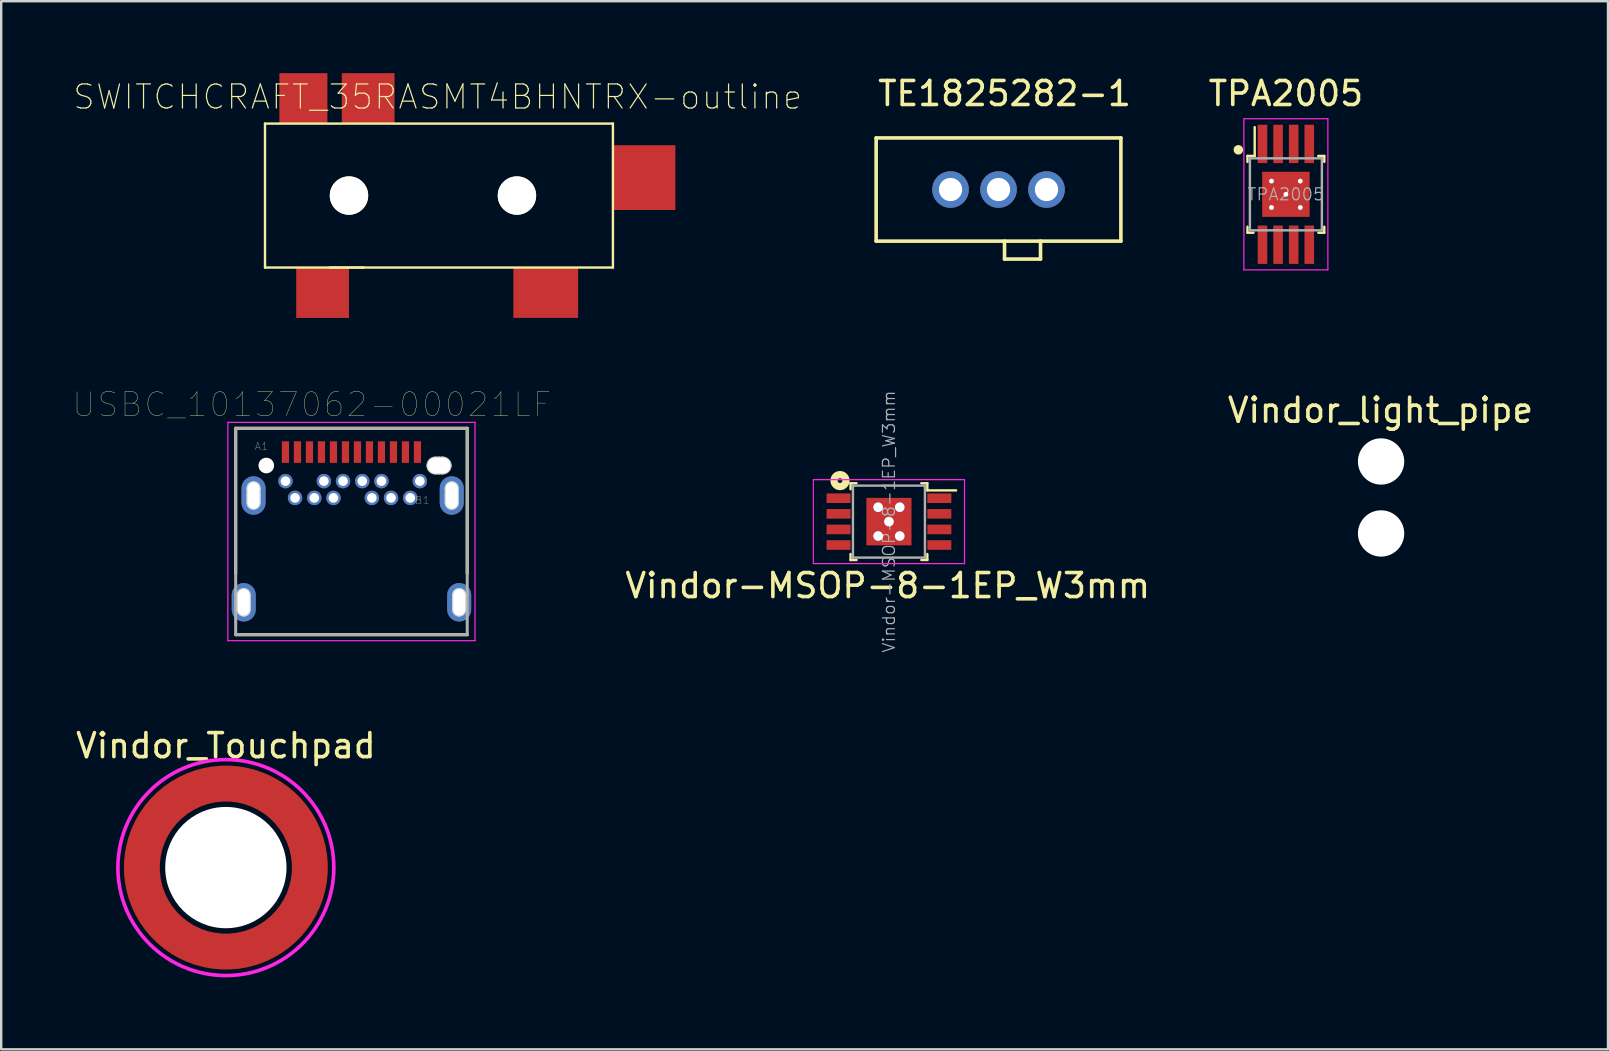
<source format=kicad_pcb>
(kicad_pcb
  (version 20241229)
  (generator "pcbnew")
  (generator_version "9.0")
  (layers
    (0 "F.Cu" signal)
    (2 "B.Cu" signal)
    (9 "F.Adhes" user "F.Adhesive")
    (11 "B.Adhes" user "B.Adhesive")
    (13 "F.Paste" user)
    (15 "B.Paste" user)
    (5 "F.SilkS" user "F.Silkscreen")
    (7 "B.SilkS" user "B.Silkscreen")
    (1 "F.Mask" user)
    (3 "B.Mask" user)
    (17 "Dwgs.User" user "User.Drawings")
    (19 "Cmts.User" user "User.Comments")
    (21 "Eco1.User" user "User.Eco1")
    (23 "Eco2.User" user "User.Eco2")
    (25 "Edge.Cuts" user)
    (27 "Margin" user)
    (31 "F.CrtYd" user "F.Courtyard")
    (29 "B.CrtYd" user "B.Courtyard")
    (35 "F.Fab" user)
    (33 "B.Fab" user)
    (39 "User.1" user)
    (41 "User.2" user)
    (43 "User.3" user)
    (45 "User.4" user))
  (footprint "TPA2005"
    (layer "F.Cu")
    (at 50.54 5.048)
    (property "Reference" "TPA2005" (at 0 -4.2 180) (layer "F.SilkS") (effects (font (size 1 1) (thickness 0.15))))
    (attr smd)
    (fp_line (start -1.6 -1.6) (end -1.6 -1.35) (stroke (width 0.1) (type solid)) (layer "F.SilkS"))
    (fp_line (start -1.6 -1.6) (end -1.3 -1.6) (stroke (width 0.1) (type solid)) (layer "F.SilkS"))
    (fp_line (start -1.6 1.6) (end -1.6 1.35) (stroke (width 0.1) (type solid)) (layer "F.SilkS"))
    (fp_line (start -1.6 1.6) (end -1.35 1.6) (stroke (width 0.1) (type solid)) (layer "F.SilkS"))
    (fp_line (start -1.3 -1.6) (end -1.3 -2.8) (stroke (width 0.1) (type solid)) (layer "F.SilkS"))
    (fp_line (start 1.6 -1.6) (end 1.35 -1.6) (stroke (width 0.1) (type solid)) (layer "F.SilkS"))
    (fp_line (start 1.6 -1.6) (end 1.6 -1.35) (stroke (width 0.1) (type solid)) (layer "F.SilkS"))
    (fp_line (start 1.6 1.6) (end 1.35 1.6) (stroke (width 0.1) (type solid)) (layer "F.SilkS"))
    (fp_line (start 1.6 1.6) (end 1.6 1.35) (stroke (width 0.1) (type solid)) (layer "F.SilkS"))
    (fp_circle (center -1.981 -1.854) (end -1.881 -1.854) (stroke (width 0.2) (type solid)) (fill no) (layer "F.SilkS"))
    (fp_line (start -1.75 -3.15) (end 1.75 -3.15) (stroke (width 0.05) (type solid)) (layer "F.CrtYd"))
    (fp_line (start -1.75 3.15) (end -1.75 -3.15) (stroke (width 0.05) (type solid)) (layer "F.CrtYd"))
    (fp_line (start -1.75 3.15) (end 1.75 3.15) (stroke (width 0.05) (type solid)) (layer "F.CrtYd"))
    (fp_line (start 1.75 3.15) (end 1.75 -3.15) (stroke (width 0.05) (type solid)) (layer "F.CrtYd"))
    (fp_line (start -1.5 -1.5) (end -1.5 1.5) (stroke (width 0.1) (type solid)) (layer "F.Fab"))
    (fp_line (start -1.5 -1.5) (end 1.5 -1.5) (stroke (width 0.1) (type solid)) (layer "F.Fab"))
    (fp_line (start -1.5 1.5) (end 1.5 1.5) (stroke (width 0.1) (type solid)) (layer "F.Fab"))
    (fp_line (start 1.5 1.5) (end 1.5 -1.5) (stroke (width 0.1) (type solid)) (layer "F.Fab"))
    (fp_text user "${REFERENCE}" (at 0 0 180) (layer "F.Fab") (effects (font (size 0.5 0.5) (thickness 0.05))))
    (pad "1" smd rect (at -0.975 -2.1) (size 0.4 1.6) (layers "F.Cu" "F.Mask" "F.Paste"))
    (pad "2" smd rect (at -0.325 -2.1) (size 0.4 1.6) (layers "F.Cu" "F.Mask" "F.Paste"))
    (pad "3" smd rect (at 0.325 -2.1) (size 0.4 1.6) (layers "F.Cu" "F.Mask" "F.Paste"))
    (pad "4" smd rect (at 0.975 -2.1) (size 0.4 1.6) (layers "F.Cu" "F.Mask" "F.Paste"))
    (pad "5" smd rect (at 0.975 2.1) (size 0.4 1.6) (layers "F.Cu" "F.Mask" "F.Paste"))
    (pad "6" smd rect (at 0.325 2.1) (size 0.4 1.6) (layers "F.Cu" "F.Mask" "F.Paste"))
    (pad "7" smd rect (at -0.325 2.1) (size 0.4 1.6) (layers "F.Cu" "F.Mask" "F.Paste"))
    (pad "8" smd rect (at -0.975 2.1) (size 0.4 1.6) (layers "F.Cu" "F.Mask" "F.Paste"))
    (pad "9" thru_hole circle (at -0.6 -0.55) (size 0.2 0.2) (drill 0.2) (layers "*.Cu" "*.Mask"))
    (pad "9" thru_hole circle (at -0.6 0.55) (size 0.2 0.2) (drill 0.2) (layers "*.Cu" "*.Mask"))
    (pad "9" thru_hole circle (at 0 0) (size 0.2 0.2) (drill 0.2) (layers "*.Cu" "*.Mask"))
    (pad "9" smd rect (at 0 0) (size 1.98 1.88) (layers "F.Cu" "F.Mask" "F.Paste"))
    (pad "9" thru_hole circle (at 0.6 -0.55) (size 0.2 0.2) (drill 0.2) (layers "*.Cu" "*.Mask"))
    (pad "9" thru_hole circle (at 0.6 0.55) (size 0.2 0.2) (drill 0.2) (layers "*.Cu" "*.Mask")))
  (footprint "TE1825282-1"
    (layer "F.Cu")
    (at 38.564 4.848)
    (property "Reference" "TE1825282-1" (at 0.25 -4 0) (layer "F.SilkS") (effects (font (size 1 1) (thickness 0.15))))
    (attr through_hole)
    (fp_line (start -5.1 -2.15) (end -5.1 2.15) (stroke (width 0.15) (type solid)) (layer "F.SilkS"))
    (fp_line (start -5.1 -2.15) (end 5.1 -2.15) (stroke (width 0.15) (type solid)) (layer "F.SilkS"))
    (fp_line (start -5.1 2.15) (end 5.1 2.15) (stroke (width 0.15) (type solid)) (layer "F.SilkS"))
    (fp_line (start 0.25 2.9) (end 0.25 2.15) (stroke (width 0.15) (type solid)) (layer "F.SilkS"))
    (fp_line (start 1.75 2.15) (end 1.75 2.9) (stroke (width 0.15) (type solid)) (layer "F.SilkS"))
    (fp_line (start 1.75 2.9) (end 0.25 2.9) (stroke (width 0.15) (type solid)) (layer "F.SilkS"))
    (fp_line (start 5.1 -2.15) (end 5.1 2.15) (stroke (width 0.15) (type solid)) (layer "F.SilkS"))
    (fp_line (start -1.75 4.65) (end -1.75 2.15) (stroke (width 0.15) (type solid)) (layer "Eco1.User"))
    (fp_line (start -0.25 2.15) (end -0.25 4.65) (stroke (width 0.15) (type solid)) (layer "Eco1.User"))
    (fp_line (start -0.25 4.65) (end -1.75 4.65) (stroke (width 0.15) (type solid)) (layer "Eco1.User"))
    (fp_line (start 0.25 4.65) (end 0.25 2.15) (stroke (width 0.15) (type solid)) (layer "Eco1.User"))
    (fp_line (start 1.75 2.15) (end 1.75 4.65) (stroke (width 0.15) (type solid)) (layer "Eco1.User"))
    (fp_line (start 1.75 4.65) (end 0.25 4.65) (stroke (width 0.15) (type solid)) (layer "Eco1.User"))
    (pad "1" thru_hole circle (at -2 0) (size 1.524 1.524) (drill 0.97) (layers "*.Cu" "*.Mask"))
    (pad "2" thru_hole circle (at 0 0) (size 1.524 1.524) (drill 0.97) (layers "*.Cu" "*.Mask"))
    (pad "3" thru_hole circle (at 2 0) (size 1.524 1.524) (drill 0.97) (layers "*.Cu" "*.Mask")))
  (footprint "USBC_10137062-00021LF"
    (layer "F.Cu")
    (at 11.597 16.351)
    (property "Reference" "USBC_10137062-00021LF" (at -1.651 -2.54 0) (layer "F.SilkS") (effects (font (size 1 1) (thickness 0.015))))
    (attr through_hole)
    (fp_line (start -4.825 -1.55) (end -4.825 4.5) (stroke (width 0.127) (type solid)) (layer "F.SilkS"))
    (fp_line (start -4.825 -1.55) (end 4.825 -1.55) (stroke (width 0.127) (type solid)) (layer "F.SilkS"))
    (fp_line (start 4.825 -1.55) (end 4.825 4.5) (stroke (width 0.127) (type solid)) (layer "F.SilkS"))
    (fp_line (start 4.825 7.05) (end -4.825 7.05) (stroke (width 0.127) (type solid)) (layer "F.SilkS"))
    (fp_line (start -4.74 5.7) (end -4.74 5.4) (stroke (width 0.1) (type solid)) (layer "Edge.Cuts"))
    (fp_line (start -4.74 6) (end -4.74 5.7) (stroke (width 0.1) (type solid)) (layer "Edge.Cuts"))
    (fp_line (start -4.33 1.25) (end -4.33 0.95) (stroke (width 0.1) (type solid)) (layer "Edge.Cuts"))
    (fp_line (start -4.33 1.55) (end -4.33 1.25) (stroke (width 0.1) (type solid)) (layer "Edge.Cuts"))
    (fp_line (start -4.24 5.4) (end -4.24 5.7) (stroke (width 0.1) (type solid)) (layer "Edge.Cuts"))
    (fp_line (start -4.24 5.7) (end -4.24 6) (stroke (width 0.1) (type solid)) (layer "Edge.Cuts"))
    (fp_line (start -3.83 0.95) (end -3.83 1.25) (stroke (width 0.1) (type solid)) (layer "Edge.Cuts"))
    (fp_line (start -3.83 1.25) (end -3.83 1.55) (stroke (width 0.1) (type solid)) (layer "Edge.Cuts"))
    (fp_line (start 3.5 -0.325) (end 3.65 -0.325) (stroke (width 0.1) (type solid)) (layer "Edge.Cuts"))
    (fp_line (start 3.65 -0.325) (end 3.8 -0.325) (stroke (width 0.1) (type solid)) (layer "Edge.Cuts"))
    (fp_line (start 3.65 0.325) (end 3.5 0.325) (stroke (width 0.1) (type solid)) (layer "Edge.Cuts"))
    (fp_line (start 3.8 0.325) (end 3.65 0.325) (stroke (width 0.1) (type solid)) (layer "Edge.Cuts"))
    (fp_line (start 3.93 1.25) (end 3.93 0.95) (stroke (width 0.1) (type solid)) (layer "Edge.Cuts"))
    (fp_line (start 3.93 1.55) (end 3.93 1.25) (stroke (width 0.1) (type solid)) (layer "Edge.Cuts"))
    (fp_line (start 4.24 5.7) (end 4.24 5.4) (stroke (width 0.1) (type solid)) (layer "Edge.Cuts"))
    (fp_line (start 4.24 6) (end 4.24 5.7) (stroke (width 0.1) (type solid)) (layer "Edge.Cuts"))
    (fp_line (start 4.43 0.95) (end 4.43 1.25) (stroke (width 0.1) (type solid)) (layer "Edge.Cuts"))
    (fp_line (start 4.43 1.25) (end 4.43 1.55) (stroke (width 0.1) (type solid)) (layer "Edge.Cuts"))
    (fp_line (start 4.74 5.4) (end 4.74 5.7) (stroke (width 0.1) (type solid)) (layer "Edge.Cuts"))
    (fp_line (start 4.74 5.7) (end 4.74 6) (stroke (width 0.1) (type solid)) (layer "Edge.Cuts"))
    (fp_arc (start -4.74 5.4) (mid -4.666777 5.223223) (end -4.49 5.15) (stroke (width 0.1) (type solid)) (layer "Edge.Cuts"))
    (fp_arc (start -4.49 5.15) (mid -4.313223 5.223223) (end -4.24 5.4) (stroke (width 0.1) (type solid)) (layer "Edge.Cuts"))
    (fp_arc (start -4.49 6.25) (mid -4.666777 6.176777) (end -4.74 6) (stroke (width 0.1) (type solid)) (layer "Edge.Cuts"))
    (fp_arc (start -4.33 0.95) (mid -4.256777 0.773223) (end -4.08 0.7) (stroke (width 0.1) (type solid)) (layer "Edge.Cuts"))
    (fp_arc (start -4.24 6) (mid -4.313223 6.176777) (end -4.49 6.25) (stroke (width 0.1) (type solid)) (layer "Edge.Cuts"))
    (fp_arc (start -4.08 0.7) (mid -3.903223 0.773223) (end -3.83 0.95) (stroke (width 0.1) (type solid)) (layer "Edge.Cuts"))
    (fp_arc (start -4.08 1.8) (mid -4.256777 1.726777) (end -4.33 1.55) (stroke (width 0.1) (type solid)) (layer "Edge.Cuts"))
    (fp_arc (start -3.83 1.55) (mid -3.903223 1.726777) (end -4.08 1.8) (stroke (width 0.1) (type solid)) (layer "Edge.Cuts"))
    (fp_arc (start 3.175 0) (mid 3.27019 -0.22981) (end 3.5 -0.325) (stroke (width 0.1) (type solid)) (layer "Edge.Cuts"))
    (fp_arc (start 3.5 0.325) (mid 3.27019 0.22981) (end 3.175 0) (stroke (width 0.1) (type solid)) (layer "Edge.Cuts"))
    (fp_arc (start 3.8 -0.325) (mid 4.02981 -0.22981) (end 4.125 0) (stroke (width 0.1) (type solid)) (layer "Edge.Cuts"))
    (fp_arc (start 3.93 0.95) (mid 4.003223 0.773223) (end 4.18 0.7) (stroke (width 0.1) (type solid)) (layer "Edge.Cuts"))
    (fp_arc (start 4.125 0) (mid 4.02981 0.22981) (end 3.8 0.325) (stroke (width 0.1) (type solid)) (layer "Edge.Cuts"))
    (fp_arc (start 4.18 0.7) (mid 4.356777 0.773223) (end 4.43 0.95) (stroke (width 0.1) (type solid)) (layer "Edge.Cuts"))
    (fp_arc (start 4.18 1.8) (mid 4.003223 1.726777) (end 3.93 1.55) (stroke (width 0.1) (type solid)) (layer "Edge.Cuts"))
    (fp_arc (start 4.24 5.4) (mid 4.313223 5.223223) (end 4.49 5.15) (stroke (width 0.1) (type solid)) (layer "Edge.Cuts"))
    (fp_arc (start 4.43 1.55) (mid 4.356777 1.726777) (end 4.18 1.8) (stroke (width 0.1) (type solid)) (layer "Edge.Cuts"))
    (fp_arc (start 4.49 5.15) (mid 4.666777 5.223223) (end 4.74 5.4) (stroke (width 0.1) (type solid)) (layer "Edge.Cuts"))
    (fp_arc (start 4.49 6.25) (mid 4.313223 6.176777) (end 4.24 6) (stroke (width 0.1) (type solid)) (layer "Edge.Cuts"))
    (fp_arc (start 4.74 6) (mid 4.666777 6.176777) (end 4.49 6.25) (stroke (width 0.1) (type solid)) (layer "Edge.Cuts"))
    (fp_line (start -5.15 -1.8) (end 5.15 -1.8) (stroke (width 0.05) (type solid)) (layer "F.CrtYd"))
    (fp_line (start -5.15 7.3) (end -5.15 -1.8) (stroke (width 0.05) (type solid)) (layer "F.CrtYd"))
    (fp_line (start 5.15 -1.8) (end 5.15 7.3) (stroke (width 0.05) (type solid)) (layer "F.CrtYd"))
    (fp_line (start 5.15 7.3) (end -5.15 7.3) (stroke (width 0.05) (type solid)) (layer "F.CrtYd"))
    (fp_line (start -4.825 -1.55) (end 4.825 -1.55) (stroke (width 0.127) (type solid)) (layer "F.Fab"))
    (fp_line (start -4.825 7.05) (end -4.825 -1.55) (stroke (width 0.127) (type solid)) (layer "F.Fab"))
    (fp_line (start 4.825 -1.55) (end 4.825 7.05) (stroke (width 0.127) (type solid)) (layer "F.Fab"))
    (fp_line (start 4.825 7.05) (end -4.825 7.05) (stroke (width 0.127) (type solid)) (layer "F.Fab"))
    (fp_text user "A1" (at -3.75 -0.8 0) (layer "F.Fab") (effects (font (size 0.32 0.32) (thickness 0.015))))
    (fp_text user "B1" (at 2.95 1.45 0) (layer "F.Fab") (effects (font (size 0.32 0.32) (thickness 0.015))))
    (pad "" np_thru_hole circle (at -3.55 0) (size 0.65 0.65) (drill 0.65) (layers "*.Cu" "*.Mask"))
    (pad "" np_thru_hole oval (at 3.65 0) (size 0.95 0.65) (drill oval 0.95 0.65) (layers "*.Cu" "*.Mask"))
    (pad "A1" smd rect (at -2.75 -0.56) (size 0.3 0.9) (layers "F.Cu" "F.Mask" "F.Paste"))
    (pad "A2" smd rect (at -2.25 -0.56) (size 0.3 0.9) (layers "F.Cu" "F.Mask" "F.Paste"))
    (pad "A3" smd rect (at -1.75 -0.56) (size 0.3 0.9) (layers "F.Cu" "F.Mask" "F.Paste"))
    (pad "A4" smd rect (at -1.25 -0.56) (size 0.3 0.9) (layers "F.Cu" "F.Mask" "F.Paste"))
    (pad "A5" smd rect (at -0.75 -0.56) (size 0.3 0.9) (layers "F.Cu" "F.Mask" "F.Paste"))
    (pad "A6" smd rect (at -0.25 -0.56) (size 0.3 0.9) (layers "F.Cu" "F.Mask" "F.Paste"))
    (pad "A7" smd rect (at 0.25 -0.56) (size 0.3 0.9) (layers "F.Cu" "F.Mask" "F.Paste"))
    (pad "A8" smd rect (at 0.75 -0.56) (size 0.3 0.9) (layers "F.Cu" "F.Mask" "F.Paste"))
    (pad "A9" smd rect (at 1.25 -0.56) (size 0.3 0.9) (layers "F.Cu" "F.Mask" "F.Paste"))
    (pad "A10" smd rect (at 1.75 -0.56) (size 0.3 0.9) (layers "F.Cu" "F.Mask" "F.Paste"))
    (pad "A11" smd rect (at 2.25 -0.56) (size 0.3 0.9) (layers "F.Cu" "F.Mask" "F.Paste"))
    (pad "A12" smd rect (at 2.75 -0.56) (size 0.3 0.9) (layers "F.Cu" "F.Mask" "F.Paste"))
    (pad "B1" thru_hole circle (at 2.85 0.65) (size 0.6 0.6) (drill 0.4) (layers "*.Cu" "*.Mask"))
    (pad "B2" thru_hole circle (at 2.45 1.35) (size 0.6 0.6) (drill 0.4) (layers "*.Cu" "*.Mask"))
    (pad "B3" thru_hole circle (at 1.65 1.35) (size 0.6 0.6) (drill 0.4) (layers "*.Cu" "*.Mask"))
    (pad "B4" thru_hole circle (at 1.25 0.65) (size 0.6 0.6) (drill 0.4) (layers "*.Cu" "*.Mask"))
    (pad "B5" thru_hole circle (at 0.85 1.35) (size 0.6 0.6) (drill 0.4) (layers "*.Cu" "*.Mask"))
    (pad "B6" thru_hole circle (at 0.45 0.65) (size 0.6 0.6) (drill 0.4) (layers "*.Cu" "*.Mask"))
    (pad "B7" thru_hole circle (at -0.35 0.65) (size 0.6 0.6) (drill 0.4) (layers "*.Cu" "*.Mask"))
    (pad "B8" thru_hole circle (at -0.75 1.35) (size 0.6 0.6) (drill 0.4) (layers "*.Cu" "*.Mask"))
    (pad "B9" thru_hole circle (at -1.15 0.65) (size 0.6 0.6) (drill 0.4) (layers "*.Cu" "*.Mask"))
    (pad "B10" thru_hole circle (at -1.55 1.35) (size 0.6 0.6) (drill 0.4) (layers "*.Cu" "*.Mask"))
    (pad "B11" thru_hole circle (at -2.35 1.35) (size 0.6 0.6) (drill 0.4) (layers "*.Cu" "*.Mask"))
    (pad "B12" thru_hole circle (at -2.75 0.65) (size 0.6 0.6) (drill 0.4) (layers "*.Cu" "*.Mask"))
    (pad "S1" thru_hole oval (at -4.49 5.7) (size 1 1.6) (drill oval 0.5 1.1) (layers "*.Cu" "*.Mask"))
    (pad "S1" thru_hole oval (at -4.08 1.25) (size 1 1.6) (drill oval 0.5 1.1) (layers "*.Cu" "*.Mask"))
    (pad "S1" thru_hole oval (at 4.18 1.25) (size 1 1.6) (drill oval 0.5 1.1) (layers "*.Cu" "*.Mask"))
    (pad "S1" thru_hole oval (at 4.49 5.7) (size 1 1.6) (drill oval 0.5 1.1) (layers "*.Cu" "*.Mask")))
  (footprint "SWITCHCRAFT_35RASMT4BHNTRX-outline"
    (layer "F.Cu")
    (at 15.244 5.1)
    (property "Reference" "SWITCHCRAFT_35RASMT4BHNTRX-outline" (at -0.05 -4.11 0) (layer "F.SilkS") (effects (font (size 1.002 1.002) (thickness 0.05))))
    (attr smd)
    (fp_line (start -7.25 3) (end -3.137 3) (stroke (width 0.1) (type solid)) (layer "F.SilkS"))
    (fp_line (start -7.25 -3) (end -7.25 3) (stroke (width 0.1) (type solid)) (layer "F.SilkS"))
    (fp_line (start -7.25 -3) (end 7.25 -3) (stroke (width 0.1) (type solid)) (layer "F.SilkS"))
    (fp_line (start 7.25 -3) (end 7.25 3) (stroke (width 0.1) (type solid)) (layer "F.SilkS"))
    (fp_line (start 7.25 3) (end -4.55 3) (stroke (width 0.1) (type solid)) (layer "F.SilkS"))
    (pad "" np_thru_hole circle (at -3.75 -0.000106) (size 1.6 1.6) (drill 1.6) (layers "*.Cu" "*.Mask" "F.SilkS"))
    (pad "" np_thru_hole circle (at 3.25 -0.000106) (size 1.6 1.6) (drill 1.6) (layers "*.Cu" "*.Mask" "F.SilkS"))
    (pad "1" smd rect (at -4.85 4.05) (size 2.2 2.1) (layers "F.Cu" "F.Mask" "F.Paste"))
    (pad "2" smd rect (at -2.95 -4.05) (size 2.2 2.1) (layers "F.Cu" "F.Mask" "F.Paste"))
    (pad "3" smd rect (at 4.45 4.048) (size 2.7 2.1) (layers "F.Cu" "F.Mask" "F.Paste"))
    (pad "4" smd rect (at -5.65 -4.05 180) (size 2 2.1) (layers "F.Cu" "F.Mask" "F.Paste"))
    (pad "5" smd rect (at 8.553 -0.748) (size 2.6 2.7) (layers "F.Cu" "F.Mask" "F.Paste")))
  (footprint "Vindor_light_pipe"
    (layer "F.Cu")
    (at 54.507 16.182)
    (property "Reference" "Vindor_light_pipe" (at -0.025 -2.134 0) (layer "F.SilkS") (effects (font (size 1 1) (thickness 0.15))))
    (attr through_hole)
    (pad "" np_thru_hole circle (at 0 0) (size 1.93 1.93) (drill 1.93) (layers "*.Cu" "*.Mask"))
    (pad "" np_thru_hole circle (at 0 3) (size 1.93 1.93) (drill 1.93) (layers "*.Cu" "*.Mask")))
  (footprint "Vindor_Touchpad"
    (layer "F.Cu")
    (at 6.363 33.107)
    (property "Reference" "Vindor_Touchpad" (at 0 -5.08 0) (layer "F.SilkS") (effects (font (size 1 1) (thickness 0.15))))
    (attr through_hole)
    (fp_circle (center 0 0) (end 4.5 0) (stroke (width 0.15) (type solid)) (fill no) (layer "F.CrtYd"))
    (pad "" np_thru_hole circle (at 0 0) (size 5.055 5.055) (drill 5.055) (layers "*.Cu" "*.Mask"))
    (pad "1" smd custom (at 3.5 0) (size 1 1) (layers "F.Cu") (options (anchor circle)) (primitives (gr_circle (center -3.5 0) (end 0 0) (width 1.5) (fill no)))))
  (footprint "Vindor-MSOP-8-1EP_W3mm"
    (layer "F.Cu")
    (at 33.997 18.689)
    (property "Reference" "Vindor-MSOP-8-1EP_W3mm" (at -0.051 2.667 180) (layer "F.SilkS") (effects (font (size 1 1) (thickness 0.15))))
    (attr smd)
    (fp_line (start -1.6 -1.6) (end -1.6 -1.35) (stroke (width 0.1) (type solid)) (layer "F.SilkS"))
    (fp_line (start -1.6 -1.6) (end -1.35 -1.6) (stroke (width 0.1) (type solid)) (layer "F.SilkS"))
    (fp_line (start -1.6 1.6) (end -1.6 1.35) (stroke (width 0.1) (type solid)) (layer "F.SilkS"))
    (fp_line (start -1.6 1.6) (end -1.35 1.6) (stroke (width 0.1) (type solid)) (layer "F.SilkS"))
    (fp_line (start 1.6 -1.6) (end 1.35 -1.6) (stroke (width 0.1) (type solid)) (layer "F.SilkS"))
    (fp_line (start 1.6 -1.6) (end 1.6 -1.3) (stroke (width 0.1) (type solid)) (layer "F.SilkS"))
    (fp_line (start 1.6 -1.3) (end 2.8 -1.3) (stroke (width 0.1) (type solid)) (layer "F.SilkS"))
    (fp_line (start 1.6 1.6) (end 1.35 1.6) (stroke (width 0.1) (type solid)) (layer "F.SilkS"))
    (fp_line (start 1.6 1.6) (end 1.6 1.35) (stroke (width 0.1) (type solid)) (layer "F.SilkS"))
    (fp_circle (center -2.04 -1.71) (end -2.04 -1.61) (stroke (width 0.3) (type solid)) (fill no) (layer "F.SilkS"))
    (fp_line (start -3.15 -1.75) (end -3.15 1.75) (stroke (width 0.05) (type solid)) (layer "F.CrtYd"))
    (fp_line (start -3.15 -1.75) (end 3.15 -1.75) (stroke (width 0.05) (type solid)) (layer "F.CrtYd"))
    (fp_line (start -3.15 1.75) (end 3.15 1.75) (stroke (width 0.05) (type solid)) (layer "F.CrtYd"))
    (fp_line (start 3.15 -1.75) (end 3.15 1.75) (stroke (width 0.05) (type solid)) (layer "F.CrtYd"))
    (fp_line (start -1.5 -1.5) (end -1.5 1.5) (stroke (width 0.1) (type solid)) (layer "F.Fab"))
    (fp_line (start -1.5 1.5) (end 1.5 1.5) (stroke (width 0.1) (type solid)) (layer "F.Fab"))
    (fp_line (start 1.5 -1.5) (end -1.5 -1.5) (stroke (width 0.1) (type solid)) (layer "F.Fab"))
    (fp_line (start 1.5 -1.5) (end 1.5 1.5) (stroke (width 0.1) (type solid)) (layer "F.Fab"))
    (fp_text user "${REFERENCE}" (at 0 0 270) (layer "F.Fab") (effects (font (size 0.5 0.5) (thickness 0.05))))
    (pad "1" smd rect (at -2.1 -0.975 270) (size 0.4 1) (layers "F.Cu" "F.Mask" "F.Paste"))
    (pad "2" smd rect (at -2.1 -0.325 270) (size 0.4 1) (layers "F.Cu" "F.Mask" "F.Paste"))
    (pad "3" smd rect (at -2.1 0.325 270) (size 0.4 1) (layers "F.Cu" "F.Mask" "F.Paste"))
    (pad "4" smd rect (at -2.1 0.975 270) (size 0.4 1) (layers "F.Cu" "F.Mask" "F.Paste"))
    (pad "5" smd rect (at 2.1 0.975 270) (size 0.4 1) (layers "F.Cu" "F.Mask" "F.Paste"))
    (pad "6" smd rect (at 2.1 0.325 270) (size 0.4 1) (layers "F.Cu" "F.Mask" "F.Paste"))
    (pad "7" smd rect (at 2.1 -0.325 270) (size 0.4 1) (layers "F.Cu" "F.Mask" "F.Paste"))
    (pad "8" smd rect (at 2.1 -0.975 270) (size 0.4 1) (layers "F.Cu" "F.Mask" "F.Paste"))
    (pad "9" thru_hole circle (at -0.45 -0.6 270) (size 0.4 0.4) (drill 0.4) (layers "*.Cu" "*.Mask"))
    (pad "9" thru_hole circle (at -0.45 0.6 270) (size 0.4 0.4) (drill 0.4) (layers "*.Cu" "*.Mask"))
    (pad "9" thru_hole circle (at 0 0 270) (size 0.4 0.4) (drill 0.4) (layers "*.Cu" "*.Mask"))
    (pad "9" smd rect (at 0 0 270) (size 1.98 1.88) (layers "F.Cu" "F.Mask" "F.Paste"))
    (pad "9" thru_hole circle (at 0.45 -0.6 270) (size 0.4 0.4) (drill 0.4) (layers "*.Cu" "*.Mask"))
    (pad "9" thru_hole circle (at 0.45 0.6 270) (size 0.4 0.4) (drill 0.4) (layers "*.Cu" "*.Mask")))
  (gr_rect
    (start -3 -3)
    (end 63.964 40.682)
    (stroke (width 0.1) (type default))
    (fill no)
    (layer "Edge.Cuts")))
</source>
